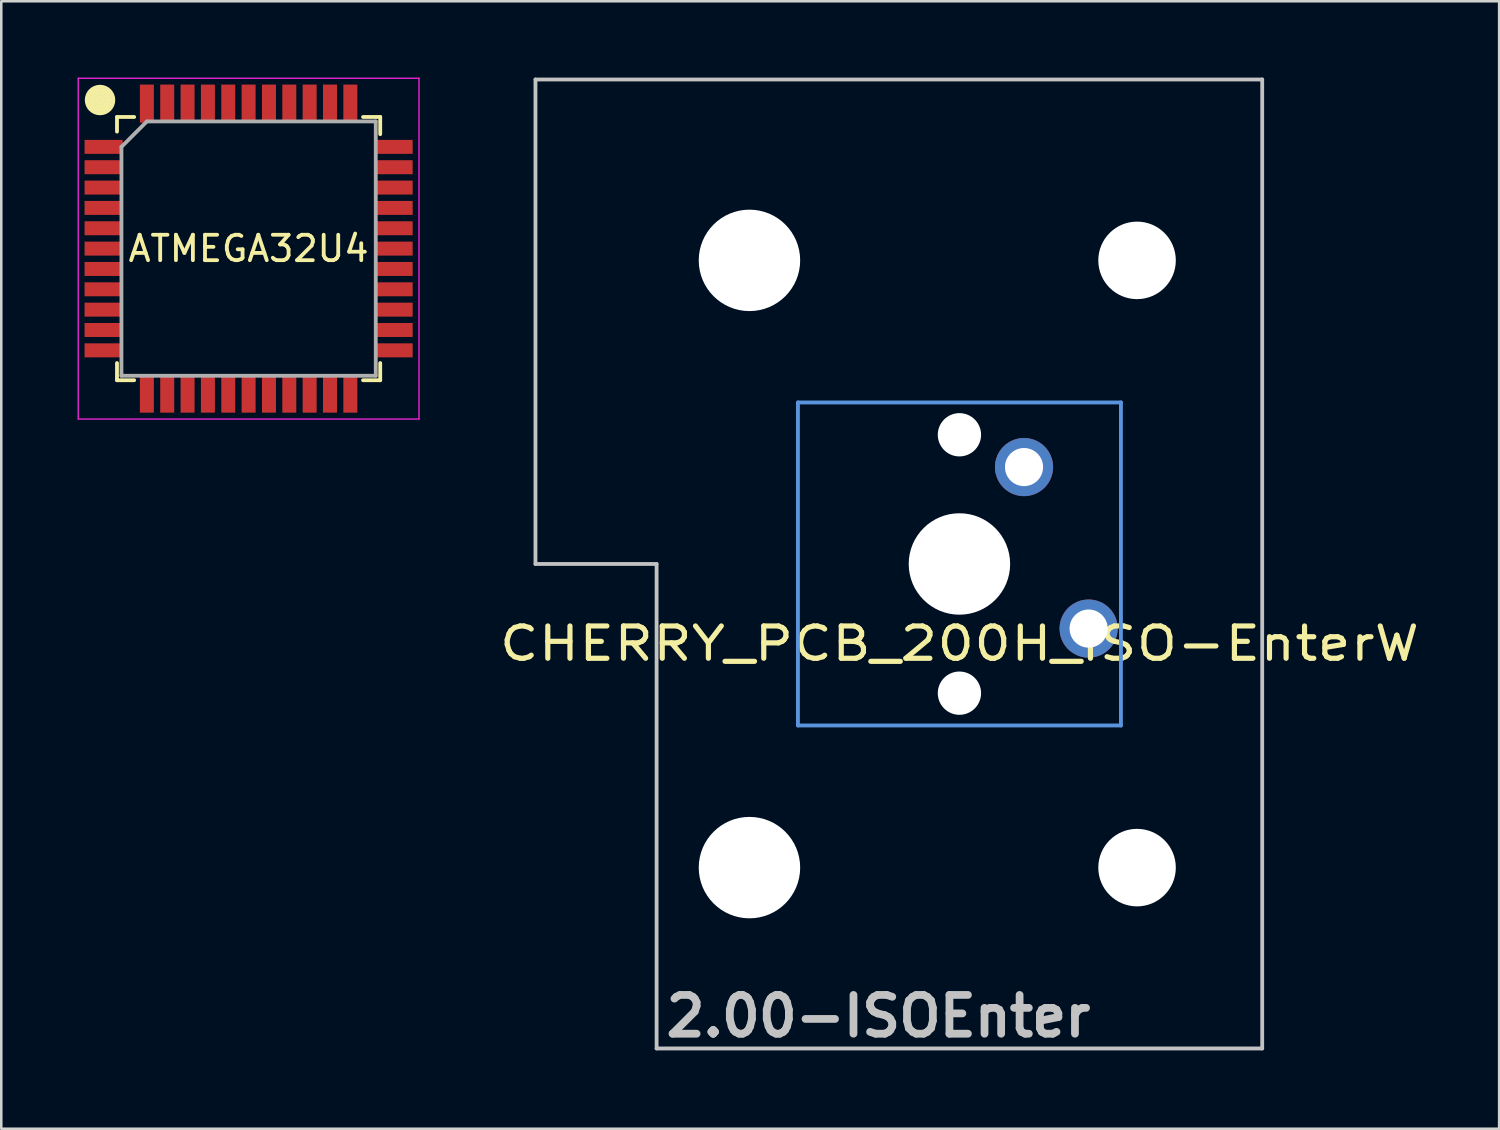
<source format=kicad_pcb>
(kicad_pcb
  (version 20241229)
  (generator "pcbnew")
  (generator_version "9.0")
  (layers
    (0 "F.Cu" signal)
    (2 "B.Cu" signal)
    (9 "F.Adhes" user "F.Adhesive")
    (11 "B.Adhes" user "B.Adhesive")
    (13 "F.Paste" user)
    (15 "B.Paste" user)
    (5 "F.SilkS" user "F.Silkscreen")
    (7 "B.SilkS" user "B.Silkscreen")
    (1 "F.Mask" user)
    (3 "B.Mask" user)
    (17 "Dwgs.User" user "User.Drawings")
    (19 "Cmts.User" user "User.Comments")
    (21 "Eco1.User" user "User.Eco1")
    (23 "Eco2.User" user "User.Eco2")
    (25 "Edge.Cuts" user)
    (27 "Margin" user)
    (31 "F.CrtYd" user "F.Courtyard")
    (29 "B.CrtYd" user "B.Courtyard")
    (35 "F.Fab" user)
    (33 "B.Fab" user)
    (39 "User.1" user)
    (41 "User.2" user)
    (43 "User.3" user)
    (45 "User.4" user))
  (footprint "ATMEGA32U4"
    (layer "F.Cu")
    (at 6.725 6.725)
    (property "Reference" "ATMEGA32U4" (at 0 0 0) (layer "F.SilkS") (effects (font (size 1 1) (thickness 0.15))))
    (attr smd)
    (fp_line (start -5.969 -5.842) (end -5.842 -5.842) (stroke (width 0.15) (type solid)) (layer "F.SilkS"))
    (fp_line (start -5.175 -5.175) (end -5.175 -4.6) (stroke (width 0.15) (type solid)) (layer "F.SilkS"))
    (fp_line (start -5.175 -5.175) (end -4.5 -5.175) (stroke (width 0.15) (type solid)) (layer "F.SilkS"))
    (fp_line (start -5.175 5.175) (end -5.175 4.5) (stroke (width 0.15) (type solid)) (layer "F.SilkS"))
    (fp_line (start -5.175 5.175) (end -4.5 5.175) (stroke (width 0.15) (type solid)) (layer "F.SilkS"))
    (fp_line (start 5.175 -5.175) (end 4.5 -5.175) (stroke (width 0.15) (type solid)) (layer "F.SilkS"))
    (fp_line (start 5.175 -5.175) (end 5.175 -4.5) (stroke (width 0.15) (type solid)) (layer "F.SilkS"))
    (fp_line (start 5.175 5.175) (end 4.5 5.175) (stroke (width 0.15) (type solid)) (layer "F.SilkS"))
    (fp_line (start 5.175 5.175) (end 5.175 4.5) (stroke (width 0.15) (type solid)) (layer "F.SilkS"))
    (fp_circle (center -5.842 -5.842) (end -5.842 -5.715) (stroke (width 0.15) (type solid)) (fill no) (layer "F.SilkS"))
    (fp_circle (center -5.842 -5.842) (end -5.842 -5.588) (stroke (width 0.15) (type solid)) (fill no) (layer "F.SilkS"))
    (fp_circle (center -5.842 -5.842) (end -5.715 -5.588) (stroke (width 0.15) (type solid)) (fill no) (layer "F.SilkS"))
    (fp_circle (center -5.842 -5.842) (end -5.715 -5.461) (stroke (width 0.15) (type solid)) (fill no) (layer "F.SilkS"))
    (fp_circle (center -5.842 -5.842) (end -5.715 -5.334) (stroke (width 0.15) (type solid)) (fill no) (layer "F.SilkS"))
    (fp_line (start -6.7 -6.7) (end -6.7 6.7) (stroke (width 0.05) (type solid)) (layer "F.CrtYd"))
    (fp_line (start -6.7 -6.7) (end 6.7 -6.7) (stroke (width 0.05) (type solid)) (layer "F.CrtYd"))
    (fp_line (start -6.7 6.7) (end 6.7 6.7) (stroke (width 0.05) (type solid)) (layer "F.CrtYd"))
    (fp_line (start 6.7 -6.7) (end 6.7 6.7) (stroke (width 0.05) (type solid)) (layer "F.CrtYd"))
    (fp_line (start -5 -4) (end -4 -5) (stroke (width 0.15) (type solid)) (layer "F.Fab"))
    (fp_line (start -5 5) (end -5 -4) (stroke (width 0.15) (type solid)) (layer "F.Fab"))
    (fp_line (start -4 -5) (end 5 -5) (stroke (width 0.15) (type solid)) (layer "F.Fab"))
    (fp_line (start 5 -5) (end 5 5) (stroke (width 0.15) (type solid)) (layer "F.Fab"))
    (fp_line (start 5 5) (end -5 5) (stroke (width 0.15) (type solid)) (layer "F.Fab"))
    (pad "1" smd rect (at -5.7 -4 180) (size 1.5 0.55) (layers "F.Cu" "F.Mask" "F.Paste"))
    (pad "2" smd rect (at -5.7 -3.2 180) (size 1.5 0.55) (layers "F.Cu" "F.Mask" "F.Paste"))
    (pad "3" smd rect (at -5.7 -2.4 180) (size 1.5 0.55) (layers "F.Cu" "F.Mask" "F.Paste"))
    (pad "4" smd rect (at -5.7 -1.6 180) (size 1.5 0.55) (layers "F.Cu" "F.Mask" "F.Paste"))
    (pad "5" smd rect (at -5.7 -0.8 180) (size 1.5 0.55) (layers "F.Cu" "F.Mask" "F.Paste"))
    (pad "6" smd rect (at -5.7 0 180) (size 1.5 0.55) (layers "F.Cu" "F.Mask" "F.Paste"))
    (pad "7" smd rect (at -5.7 0.8 180) (size 1.5 0.55) (layers "F.Cu" "F.Mask" "F.Paste"))
    (pad "8" smd rect (at -5.7 1.6 180) (size 1.5 0.55) (layers "F.Cu" "F.Mask" "F.Paste"))
    (pad "9" smd rect (at -5.7 2.4 180) (size 1.5 0.55) (layers "F.Cu" "F.Mask" "F.Paste"))
    (pad "10" smd rect (at -5.7 3.2 180) (size 1.5 0.55) (layers "F.Cu" "F.Mask" "F.Paste"))
    (pad "11" smd rect (at -5.7 4 180) (size 1.5 0.55) (layers "F.Cu" "F.Mask" "F.Paste"))
    (pad "12" smd rect (at -4 5.7 270) (size 1.5 0.55) (layers "F.Cu" "F.Mask" "F.Paste"))
    (pad "13" smd rect (at -3.2 5.7 270) (size 1.5 0.55) (layers "F.Cu" "F.Mask" "F.Paste"))
    (pad "14" smd rect (at -2.4 5.7 270) (size 1.5 0.55) (layers "F.Cu" "F.Mask" "F.Paste"))
    (pad "15" smd rect (at -1.6 5.7 270) (size 1.5 0.55) (layers "F.Cu" "F.Mask" "F.Paste"))
    (pad "16" smd rect (at -0.8 5.7 270) (size 1.5 0.55) (layers "F.Cu" "F.Mask" "F.Paste"))
    (pad "17" smd rect (at 0 5.7 270) (size 1.5 0.55) (layers "F.Cu" "F.Mask" "F.Paste"))
    (pad "18" smd rect (at 0.8 5.7 270) (size 1.5 0.55) (layers "F.Cu" "F.Mask" "F.Paste"))
    (pad "19" smd rect (at 1.6 5.7 270) (size 1.5 0.55) (layers "F.Cu" "F.Mask" "F.Paste"))
    (pad "20" smd rect (at 2.4 5.7 270) (size 1.5 0.55) (layers "F.Cu" "F.Mask" "F.Paste"))
    (pad "21" smd rect (at 3.2 5.7 270) (size 1.5 0.55) (layers "F.Cu" "F.Mask" "F.Paste"))
    (pad "22" smd rect (at 4 5.7 270) (size 1.5 0.55) (layers "F.Cu" "F.Mask" "F.Paste"))
    (pad "23" smd rect (at 5.7 4 180) (size 1.5 0.55) (layers "F.Cu" "F.Mask" "F.Paste"))
    (pad "24" smd rect (at 5.7 3.2 180) (size 1.5 0.55) (layers "F.Cu" "F.Mask" "F.Paste"))
    (pad "25" smd rect (at 5.7 2.4 180) (size 1.5 0.55) (layers "F.Cu" "F.Mask" "F.Paste"))
    (pad "26" smd rect (at 5.7 1.6 180) (size 1.5 0.55) (layers "F.Cu" "F.Mask" "F.Paste"))
    (pad "27" smd rect (at 5.7 0.8 180) (size 1.5 0.55) (layers "F.Cu" "F.Mask" "F.Paste"))
    (pad "28" smd rect (at 5.7 0 180) (size 1.5 0.55) (layers "F.Cu" "F.Mask" "F.Paste"))
    (pad "29" smd rect (at 5.7 -0.8 180) (size 1.5 0.55) (layers "F.Cu" "F.Mask" "F.Paste"))
    (pad "30" smd rect (at 5.7 -1.6 180) (size 1.5 0.55) (layers "F.Cu" "F.Mask" "F.Paste"))
    (pad "31" smd rect (at 5.7 -2.4 180) (size 1.5 0.55) (layers "F.Cu" "F.Mask" "F.Paste"))
    (pad "32" smd rect (at 5.7 -3.2 180) (size 1.5 0.55) (layers "F.Cu" "F.Mask" "F.Paste"))
    (pad "33" smd rect (at 5.7 -4 180) (size 1.5 0.55) (layers "F.Cu" "F.Mask" "F.Paste"))
    (pad "34" smd rect (at 4 -5.7 270) (size 1.5 0.55) (layers "F.Cu" "F.Mask" "F.Paste"))
    (pad "35" smd rect (at 3.2 -5.7 270) (size 1.5 0.55) (layers "F.Cu" "F.Mask" "F.Paste"))
    (pad "36" smd rect (at 2.4 -5.7 270) (size 1.5 0.55) (layers "F.Cu" "F.Mask" "F.Paste"))
    (pad "37" smd rect (at 1.6 -5.7 270) (size 1.5 0.55) (layers "F.Cu" "F.Mask" "F.Paste"))
    (pad "38" smd rect (at 0.8 -5.7 270) (size 1.5 0.55) (layers "F.Cu" "F.Mask" "F.Paste"))
    (pad "39" smd rect (at 0 -5.7 270) (size 1.5 0.55) (layers "F.Cu" "F.Mask" "F.Paste"))
    (pad "40" smd rect (at -0.8 -5.7 270) (size 1.5 0.55) (layers "F.Cu" "F.Mask" "F.Paste"))
    (pad "41" smd rect (at -1.6 -5.7 270) (size 1.5 0.55) (layers "F.Cu" "F.Mask" "F.Paste"))
    (pad "42" smd rect (at -2.4 -5.7 270) (size 1.5 0.55) (layers "F.Cu" "F.Mask" "F.Paste"))
    (pad "43" smd rect (at -3.2 -5.7 270) (size 1.5 0.55) (layers "F.Cu" "F.Mask" "F.Paste"))
    (pad "44" smd rect (at -4 -5.7 270) (size 1.5 0.55) (layers "F.Cu" "F.Mask" "F.Paste")))
  (footprint "CHERRY_PCB_200H_ISO-EnterW"
    (layer "F.Cu")
    (at 37.213 14.045)
    (property "Reference" "CHERRY_PCB_200H_ISO-EnterW" (at -2.54 8.21 0) (layer "F.SilkS") (effects (font (size 1.27 1.524) (thickness 0.203))))
    (attr through_hole)
    (fp_line (start -19.209 -13.97) (end 9.366 -13.97) (stroke (width 0.15) (type solid)) (layer "Dwgs.User"))
    (fp_line (start -19.209 5.08) (end -19.209 -13.97) (stroke (width 0.15) (type solid)) (layer "Dwgs.User"))
    (fp_line (start -14.446 5.08) (end -19.209 5.08) (stroke (width 0.15) (type solid)) (layer "Dwgs.User"))
    (fp_line (start -14.446 24.13) (end -14.446 5.08) (stroke (width 0.15) (type solid)) (layer "Dwgs.User"))
    (fp_line (start 9.366 -13.97) (end 9.366 24.13) (stroke (width 0.15) (type solid)) (layer "Dwgs.User"))
    (fp_line (start 9.366 24.13) (end -14.446 24.13) (stroke (width 0.15) (type solid)) (layer "Dwgs.User"))
    (fp_line (start -8.889 -1.27) (end 3.811 -1.27) (stroke (width 0.152) (type solid)) (layer "Cmts.User"))
    (fp_line (start -8.889 11.43) (end -8.889 -1.27) (stroke (width 0.152) (type solid)) (layer "Cmts.User"))
    (fp_line (start 3.811 -1.27) (end 3.811 11.43) (stroke (width 0.152) (type solid)) (layer "Cmts.User"))
    (fp_line (start 3.811 11.43) (end -8.889 11.43) (stroke (width 0.152) (type solid)) (layer "Cmts.User"))
    (fp_text user "2.00-ISOEnter" (at -5.725 22.86 0) (layer "Dwgs.User") (effects (font (size 1.524 1.524) (thickness 0.305))))
    (pad "" np_thru_hole circle (at -10.795 -6.857 270) (size 3.988 3.988) (drill 3.988) (layers "*.Cu" "*.Mask"))
    (pad "" np_thru_hole circle (at -10.795 17.019 270) (size 3.988 3.988) (drill 3.988) (layers "*.Cu" "*.Mask"))
    (pad "" np_thru_hole circle (at -2.539 0 270) (size 1.702 1.702) (drill 1.702) (layers "*.Cu" "*.Mask"))
    (pad "" np_thru_hole circle (at -2.539 5.08 270) (size 3.988 3.988) (drill 3.988) (layers "*.Cu" "*.Mask"))
    (pad "" np_thru_hole circle (at -2.539 10.16 270) (size 1.702 1.702) (drill 1.702) (layers "*.Cu" "*.Mask"))
    (pad "" np_thru_hole circle (at 4.445 -6.857 270) (size 3.048 3.048) (drill 3.048) (layers "*.Cu" "*.Mask"))
    (pad "" np_thru_hole circle (at 4.445 17.019 270) (size 3.048 3.048) (drill 3.048) (layers "*.Cu" "*.Mask"))
    (pad "1" thru_hole circle (at 2.541 7.62 270) (size 2.286 2.286) (drill 1.499) (layers "*.Cu" "B.Mask"))
    (pad "2" thru_hole circle (at 0.001 1.27 270) (size 2.286 2.286) (drill 1.499) (layers "*.Cu" "B.Mask")))
  (gr_rect
    (start -3 -3)
    (end 55.895 41.332)
    (stroke (width 0.1) (type default))
    (fill no)
    (layer "Edge.Cuts")))
</source>
